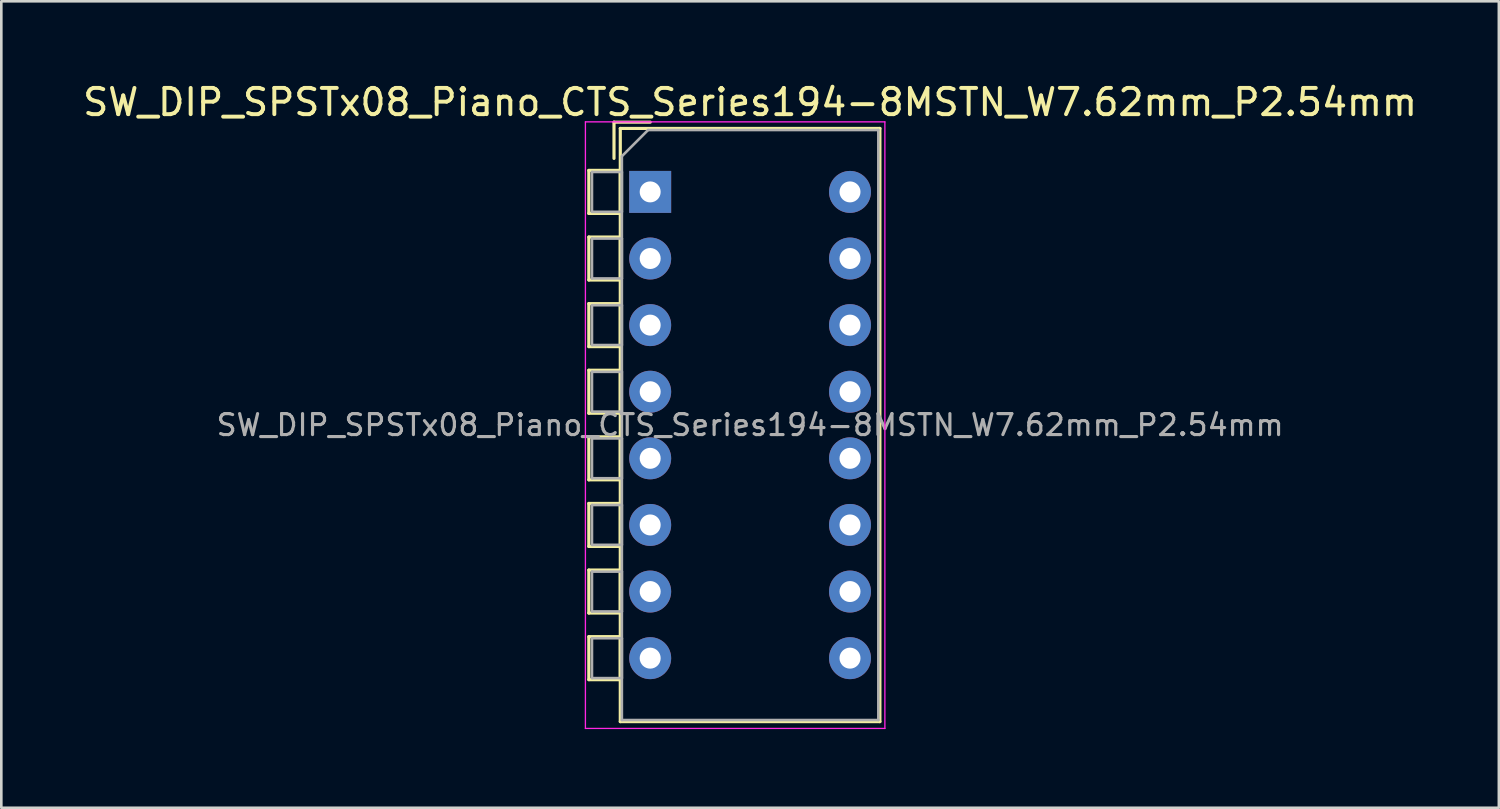
<source format=kicad_pcb>
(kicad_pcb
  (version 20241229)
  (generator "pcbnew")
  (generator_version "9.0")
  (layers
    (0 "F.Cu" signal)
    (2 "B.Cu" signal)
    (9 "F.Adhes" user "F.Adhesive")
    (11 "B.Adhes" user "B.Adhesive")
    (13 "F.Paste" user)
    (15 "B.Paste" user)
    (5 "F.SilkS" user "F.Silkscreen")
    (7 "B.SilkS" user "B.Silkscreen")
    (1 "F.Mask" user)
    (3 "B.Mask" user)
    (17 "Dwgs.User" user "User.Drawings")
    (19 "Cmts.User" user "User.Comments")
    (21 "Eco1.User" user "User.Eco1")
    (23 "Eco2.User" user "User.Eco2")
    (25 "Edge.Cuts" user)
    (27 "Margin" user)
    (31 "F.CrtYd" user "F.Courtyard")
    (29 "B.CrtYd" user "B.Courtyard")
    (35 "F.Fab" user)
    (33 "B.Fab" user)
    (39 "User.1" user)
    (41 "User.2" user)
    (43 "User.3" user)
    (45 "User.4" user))
  (footprint "SW_DIP_SPSTx08_Piano_CTS_Series194-8MSTN_W7.62mm_P2.54mm"
    (layer "F.Cu")
    (at 21.744 4.268)
    (property "Reference" "SW_DIP_SPSTx08_Piano_CTS_Series194-8MSTN_W7.62mm_P2.54mm" (at 3.81 -3.42 0) (layer "F.SilkS") (effects (font (size 1 1) (thickness 0.15))))
    (attr through_hole)
    (fp_line (start -2.34 -0.82) (end -2.34 0.82) (stroke (width 0.12) (type solid)) (layer "F.SilkS"))
    (fp_line (start -2.34 -0.82) (end -1.14 -0.82) (stroke (width 0.12) (type solid)) (layer "F.SilkS"))
    (fp_line (start -2.34 0.82) (end -1.14 0.82) (stroke (width 0.12) (type solid)) (layer "F.SilkS"))
    (fp_line (start -2.34 1.72) (end -2.34 3.36) (stroke (width 0.12) (type solid)) (layer "F.SilkS"))
    (fp_line (start -2.34 1.72) (end -1.14 1.72) (stroke (width 0.12) (type solid)) (layer "F.SilkS"))
    (fp_line (start -2.34 3.36) (end -1.14 3.36) (stroke (width 0.12) (type solid)) (layer "F.SilkS"))
    (fp_line (start -2.34 4.26) (end -2.34 5.9) (stroke (width 0.12) (type solid)) (layer "F.SilkS"))
    (fp_line (start -2.34 4.26) (end -1.14 4.26) (stroke (width 0.12) (type solid)) (layer "F.SilkS"))
    (fp_line (start -2.34 5.9) (end -1.14 5.9) (stroke (width 0.12) (type solid)) (layer "F.SilkS"))
    (fp_line (start -2.34 6.8) (end -2.34 8.44) (stroke (width 0.12) (type solid)) (layer "F.SilkS"))
    (fp_line (start -2.34 6.8) (end -1.14 6.8) (stroke (width 0.12) (type solid)) (layer "F.SilkS"))
    (fp_line (start -2.34 8.44) (end -1.14 8.44) (stroke (width 0.12) (type solid)) (layer "F.SilkS"))
    (fp_line (start -2.34 9.34) (end -2.34 10.98) (stroke (width 0.12) (type solid)) (layer "F.SilkS"))
    (fp_line (start -2.34 9.34) (end -1.14 9.34) (stroke (width 0.12) (type solid)) (layer "F.SilkS"))
    (fp_line (start -2.34 10.98) (end -1.14 10.98) (stroke (width 0.12) (type solid)) (layer "F.SilkS"))
    (fp_line (start -2.34 11.88) (end -2.34 13.52) (stroke (width 0.12) (type solid)) (layer "F.SilkS"))
    (fp_line (start -2.34 11.88) (end -1.14 11.88) (stroke (width 0.12) (type solid)) (layer "F.SilkS"))
    (fp_line (start -2.34 13.52) (end -1.14 13.52) (stroke (width 0.12) (type solid)) (layer "F.SilkS"))
    (fp_line (start -2.34 14.42) (end -2.34 16.06) (stroke (width 0.12) (type solid)) (layer "F.SilkS"))
    (fp_line (start -2.34 14.42) (end -1.14 14.42) (stroke (width 0.12) (type solid)) (layer "F.SilkS"))
    (fp_line (start -2.34 16.06) (end -1.14 16.06) (stroke (width 0.12) (type solid)) (layer "F.SilkS"))
    (fp_line (start -2.34 16.96) (end -2.34 18.6) (stroke (width 0.12) (type solid)) (layer "F.SilkS"))
    (fp_line (start -2.34 16.96) (end -1.14 16.96) (stroke (width 0.12) (type solid)) (layer "F.SilkS"))
    (fp_line (start -2.34 18.6) (end -1.14 18.6) (stroke (width 0.12) (type solid)) (layer "F.SilkS"))
    (fp_line (start -1.38 -2.66) (end -1.38 -1.277) (stroke (width 0.12) (type solid)) (layer "F.SilkS"))
    (fp_line (start -1.38 -2.66) (end 0.003 -2.66) (stroke (width 0.12) (type solid)) (layer "F.SilkS"))
    (fp_line (start -1.14 -2.42) (end -1.14 20.2) (stroke (width 0.12) (type solid)) (layer "F.SilkS"))
    (fp_line (start -1.14 -2.42) (end 8.76 -2.42) (stroke (width 0.12) (type solid)) (layer "F.SilkS"))
    (fp_line (start -1.14 -0.82) (end -1.14 0.82) (stroke (width 0.12) (type solid)) (layer "F.SilkS"))
    (fp_line (start -1.14 1.72) (end -1.14 3.36) (stroke (width 0.12) (type solid)) (layer "F.SilkS"))
    (fp_line (start -1.14 4.26) (end -1.14 5.9) (stroke (width 0.12) (type solid)) (layer "F.SilkS"))
    (fp_line (start -1.14 6.8) (end -1.14 8.44) (stroke (width 0.12) (type solid)) (layer "F.SilkS"))
    (fp_line (start -1.14 9.34) (end -1.14 10.98) (stroke (width 0.12) (type solid)) (layer "F.SilkS"))
    (fp_line (start -1.14 11.88) (end -1.14 13.52) (stroke (width 0.12) (type solid)) (layer "F.SilkS"))
    (fp_line (start -1.14 14.42) (end -1.14 16.06) (stroke (width 0.12) (type solid)) (layer "F.SilkS"))
    (fp_line (start -1.14 16.96) (end -1.14 18.6) (stroke (width 0.12) (type solid)) (layer "F.SilkS"))
    (fp_line (start -1.14 20.2) (end 8.76 20.2) (stroke (width 0.12) (type solid)) (layer "F.SilkS"))
    (fp_line (start 8.76 -2.42) (end 8.76 20.2) (stroke (width 0.12) (type solid)) (layer "F.SilkS"))
    (fp_line (start -2.47 -2.67) (end -2.47 20.46) (stroke (width 0.05) (type solid)) (layer "F.CrtYd"))
    (fp_line (start -2.47 20.46) (end 8.95 20.46) (stroke (width 0.05) (type solid)) (layer "F.CrtYd"))
    (fp_line (start 8.95 -2.67) (end -2.47 -2.67) (stroke (width 0.05) (type solid)) (layer "F.CrtYd"))
    (fp_line (start 8.95 20.46) (end 8.95 -2.67) (stroke (width 0.05) (type solid)) (layer "F.CrtYd"))
    (fp_line (start -2.22 -0.76) (end -1.08 -0.76) (stroke (width 0.1) (type solid)) (layer "F.Fab"))
    (fp_line (start -2.22 0.76) (end -2.22 -0.76) (stroke (width 0.1) (type solid)) (layer "F.Fab"))
    (fp_line (start -2.22 1.78) (end -1.08 1.78) (stroke (width 0.1) (type solid)) (layer "F.Fab"))
    (fp_line (start -2.22 3.3) (end -2.22 1.78) (stroke (width 0.1) (type solid)) (layer "F.Fab"))
    (fp_line (start -2.22 4.32) (end -1.08 4.32) (stroke (width 0.1) (type solid)) (layer "F.Fab"))
    (fp_line (start -2.22 5.84) (end -2.22 4.32) (stroke (width 0.1) (type solid)) (layer "F.Fab"))
    (fp_line (start -2.22 6.86) (end -1.08 6.86) (stroke (width 0.1) (type solid)) (layer "F.Fab"))
    (fp_line (start -2.22 8.38) (end -2.22 6.86) (stroke (width 0.1) (type solid)) (layer "F.Fab"))
    (fp_line (start -2.22 9.4) (end -1.08 9.4) (stroke (width 0.1) (type solid)) (layer "F.Fab"))
    (fp_line (start -2.22 10.92) (end -2.22 9.4) (stroke (width 0.1) (type solid)) (layer "F.Fab"))
    (fp_line (start -2.22 11.94) (end -1.08 11.94) (stroke (width 0.1) (type solid)) (layer "F.Fab"))
    (fp_line (start -2.22 13.46) (end -2.22 11.94) (stroke (width 0.1) (type solid)) (layer "F.Fab"))
    (fp_line (start -2.22 14.48) (end -1.08 14.48) (stroke (width 0.1) (type solid)) (layer "F.Fab"))
    (fp_line (start -2.22 16) (end -2.22 14.48) (stroke (width 0.1) (type solid)) (layer "F.Fab"))
    (fp_line (start -2.22 17.02) (end -1.08 17.02) (stroke (width 0.1) (type solid)) (layer "F.Fab"))
    (fp_line (start -2.22 18.54) (end -2.22 17.02) (stroke (width 0.1) (type solid)) (layer "F.Fab"))
    (fp_line (start -1.08 -1.36) (end -0.08 -2.36) (stroke (width 0.1) (type solid)) (layer "F.Fab"))
    (fp_line (start -1.08 -0.76) (end -1.08 0.76) (stroke (width 0.1) (type solid)) (layer "F.Fab"))
    (fp_line (start -1.08 0.76) (end -2.22 0.76) (stroke (width 0.1) (type solid)) (layer "F.Fab"))
    (fp_line (start -1.08 1.78) (end -1.08 3.3) (stroke (width 0.1) (type solid)) (layer "F.Fab"))
    (fp_line (start -1.08 3.3) (end -2.22 3.3) (stroke (width 0.1) (type solid)) (layer "F.Fab"))
    (fp_line (start -1.08 4.32) (end -1.08 5.84) (stroke (width 0.1) (type solid)) (layer "F.Fab"))
    (fp_line (start -1.08 5.84) (end -2.22 5.84) (stroke (width 0.1) (type solid)) (layer "F.Fab"))
    (fp_line (start -1.08 6.86) (end -1.08 8.38) (stroke (width 0.1) (type solid)) (layer "F.Fab"))
    (fp_line (start -1.08 8.38) (end -2.22 8.38) (stroke (width 0.1) (type solid)) (layer "F.Fab"))
    (fp_line (start -1.08 9.4) (end -1.08 10.92) (stroke (width 0.1) (type solid)) (layer "F.Fab"))
    (fp_line (start -1.08 10.92) (end -2.22 10.92) (stroke (width 0.1) (type solid)) (layer "F.Fab"))
    (fp_line (start -1.08 11.94) (end -1.08 13.46) (stroke (width 0.1) (type solid)) (layer "F.Fab"))
    (fp_line (start -1.08 13.46) (end -2.22 13.46) (stroke (width 0.1) (type solid)) (layer "F.Fab"))
    (fp_line (start -1.08 14.48) (end -1.08 16) (stroke (width 0.1) (type solid)) (layer "F.Fab"))
    (fp_line (start -1.08 16) (end -2.22 16) (stroke (width 0.1) (type solid)) (layer "F.Fab"))
    (fp_line (start -1.08 17.02) (end -1.08 18.54) (stroke (width 0.1) (type solid)) (layer "F.Fab"))
    (fp_line (start -1.08 18.54) (end -2.22 18.54) (stroke (width 0.1) (type solid)) (layer "F.Fab"))
    (fp_line (start -1.08 20.14) (end -1.08 -1.36) (stroke (width 0.1) (type solid)) (layer "F.Fab"))
    (fp_line (start -0.08 -2.36) (end 8.7 -2.36) (stroke (width 0.1) (type solid)) (layer "F.Fab"))
    (fp_line (start 8.7 -2.36) (end 8.7 20.14) (stroke (width 0.1) (type solid)) (layer "F.Fab"))
    (fp_line (start 8.7 20.14) (end -1.08 20.14) (stroke (width 0.1) (type solid)) (layer "F.Fab"))
    (fp_text user "${REFERENCE}" (at 3.81 8.89 0) (layer "F.Fab") (effects (font (size 0.8 0.8) (thickness 0.12))))
    (pad "1" thru_hole rect (at 0 0) (size 1.6 1.6) (drill 0.8) (layers "*.Cu" "*.Mask"))
    (pad "2" thru_hole circle (at 0 2.54) (size 1.6 1.6) (drill 0.8) (layers "*.Cu" "*.Mask"))
    (pad "3" thru_hole circle (at 0 5.08) (size 1.6 1.6) (drill 0.8) (layers "*.Cu" "*.Mask"))
    (pad "4" thru_hole circle (at 0 7.62) (size 1.6 1.6) (drill 0.8) (layers "*.Cu" "*.Mask"))
    (pad "5" thru_hole circle (at 0 10.16) (size 1.6 1.6) (drill 0.8) (layers "*.Cu" "*.Mask"))
    (pad "6" thru_hole circle (at 0 12.7) (size 1.6 1.6) (drill 0.8) (layers "*.Cu" "*.Mask"))
    (pad "7" thru_hole circle (at 0 15.24) (size 1.6 1.6) (drill 0.8) (layers "*.Cu" "*.Mask"))
    (pad "8" thru_hole circle (at 0 17.78) (size 1.6 1.6) (drill 0.8) (layers "*.Cu" "*.Mask"))
    (pad "9" thru_hole circle (at 7.62 17.78) (size 1.6 1.6) (drill 0.8) (layers "*.Cu" "*.Mask"))
    (pad "10" thru_hole circle (at 7.62 15.24) (size 1.6 1.6) (drill 0.8) (layers "*.Cu" "*.Mask"))
    (pad "11" thru_hole circle (at 7.62 12.7) (size 1.6 1.6) (drill 0.8) (layers "*.Cu" "*.Mask"))
    (pad "12" thru_hole circle (at 7.62 10.16) (size 1.6 1.6) (drill 0.8) (layers "*.Cu" "*.Mask"))
    (pad "13" thru_hole circle (at 7.62 7.62) (size 1.6 1.6) (drill 0.8) (layers "*.Cu" "*.Mask"))
    (pad "14" thru_hole circle (at 7.62 5.08) (size 1.6 1.6) (drill 0.8) (layers "*.Cu" "*.Mask"))
    (pad "15" thru_hole circle (at 7.62 2.54) (size 1.6 1.6) (drill 0.8) (layers "*.Cu" "*.Mask"))
    (pad "16" thru_hole circle (at 7.62 0) (size 1.6 1.6) (drill 0.8) (layers "*.Cu" "*.Mask")))
  (gr_rect
    (start -3 -3)
    (end 54.107 27.753)
    (stroke (width 0.1) (type default))
    (fill no)
    (layer "Edge.Cuts")))
</source>
